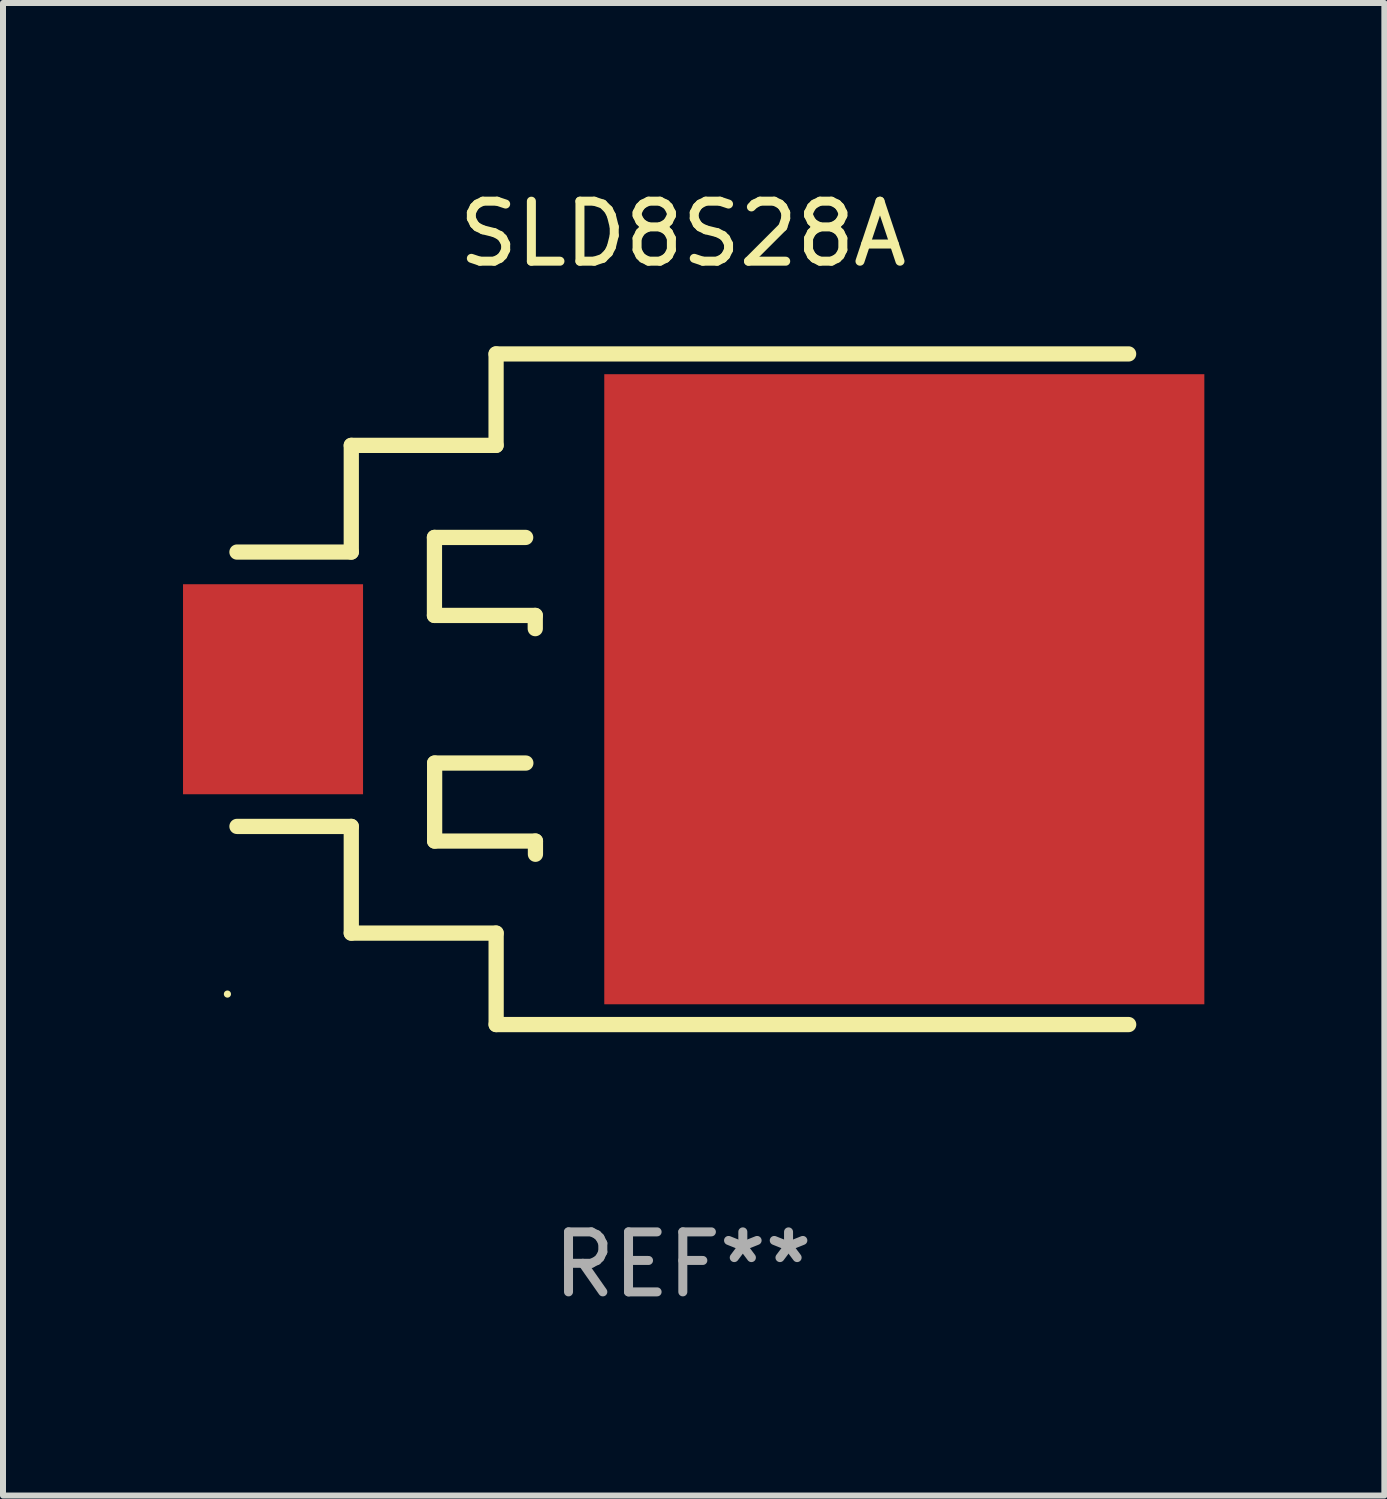
<source format=kicad_pcb>
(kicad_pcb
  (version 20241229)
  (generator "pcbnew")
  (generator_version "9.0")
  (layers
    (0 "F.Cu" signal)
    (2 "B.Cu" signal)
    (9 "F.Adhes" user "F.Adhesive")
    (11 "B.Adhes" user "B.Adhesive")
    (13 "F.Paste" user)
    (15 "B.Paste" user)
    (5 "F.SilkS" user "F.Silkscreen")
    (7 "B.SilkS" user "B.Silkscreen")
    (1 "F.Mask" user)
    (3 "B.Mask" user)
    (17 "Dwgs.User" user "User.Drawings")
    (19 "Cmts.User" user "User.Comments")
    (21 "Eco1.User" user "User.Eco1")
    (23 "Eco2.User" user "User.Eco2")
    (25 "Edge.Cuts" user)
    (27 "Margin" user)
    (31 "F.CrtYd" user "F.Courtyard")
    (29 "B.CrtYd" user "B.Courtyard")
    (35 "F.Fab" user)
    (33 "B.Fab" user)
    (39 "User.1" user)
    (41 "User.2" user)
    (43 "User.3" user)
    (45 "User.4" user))
  (footprint "SLD8S28A"
    (layer "F.Cu")
    (at 8.329 8.436)
    (property "Reference" "SLD8S28A" (at 0 -7.588 0) (layer "F.SilkS") (effects (font (size 1 1) (thickness 0.15))))
    (attr through_hole)
    (fp_line (start -5.525 -4.064) (end -5.525 -2.286) (stroke (width 0.254) (type solid)) (layer "F.SilkS"))
    (fp_line (start -5.525 -2.286) (end -7.43 -2.286) (stroke (width 0.254) (type solid)) (layer "F.SilkS"))
    (fp_line (start -5.525 2.286) (end -7.43 2.286) (stroke (width 0.254) (type solid)) (layer "F.SilkS"))
    (fp_line (start -5.525 4.064) (end -5.525 2.286) (stroke (width 0.254) (type solid)) (layer "F.SilkS"))
    (fp_line (start -4.139 -2.53) (end -4.139 -1.23) (stroke (width 0.254) (type solid)) (layer "F.SilkS"))
    (fp_line (start -4.139 -1.23) (end -2.459 -1.23) (stroke (width 0.254) (type solid)) (layer "F.SilkS"))
    (fp_line (start -4.136 1.23) (end -4.136 2.53) (stroke (width 0.254) (type solid)) (layer "F.SilkS"))
    (fp_line (start -4.136 2.53) (end -2.456 2.53) (stroke (width 0.254) (type solid)) (layer "F.SilkS"))
    (fp_line (start -3.112 -5.588) (end -3.112 -4.064) (stroke (width 0.254) (type solid)) (layer "F.SilkS"))
    (fp_line (start -3.112 -4.064) (end -5.525 -4.064) (stroke (width 0.254) (type solid)) (layer "F.SilkS"))
    (fp_line (start -3.112 4.064) (end -5.525 4.064) (stroke (width 0.254) (type solid)) (layer "F.SilkS"))
    (fp_line (start -3.111 5.588) (end -3.111 4.064) (stroke (width 0.254) (type solid)) (layer "F.SilkS"))
    (fp_line (start -2.619 -2.53) (end -4.139 -2.53) (stroke (width 0.254) (type solid)) (layer "F.SilkS"))
    (fp_line (start -2.616 1.23) (end -4.136 1.23) (stroke (width 0.254) (type solid)) (layer "F.SilkS"))
    (fp_line (start -2.459 -1.23) (end -2.459 -1.01) (stroke (width 0.254) (type solid)) (layer "F.SilkS"))
    (fp_line (start -2.456 2.53) (end -2.456 2.75) (stroke (width 0.254) (type solid)) (layer "F.SilkS"))
    (fp_line (start 7.429 -5.588) (end -3.112 -5.588) (stroke (width 0.254) (type solid)) (layer "F.SilkS"))
    (fp_line (start 7.43 5.588) (end -3.111 5.588) (stroke (width 0.254) (type solid)) (layer "F.SilkS"))
    (fp_circle (center -7.589 5.08) (end -7.559 5.08) (stroke (width 0.06) (type solid)) (fill no) (layer "F.SilkS"))
    (fp_text user "REF**" (at 0 9.588 0) (layer "F.Fab") (effects (font (size 1 1) (thickness 0.15))))
    (pad "1" smd rect (at -6.829 -0.000025) (size 3 3.5) (layers "F.Cu" "F.Mask" "F.Paste"))
    (pad "2" smd rect (at 3.691 -0.000025) (size 10 10.5) (layers "F.Cu" "F.Mask" "F.Paste")))
  (gr_rect
    (start -3 -3)
    (end 20.02 21.873)
    (stroke (width 0.1) (type default))
    (fill no)
    (layer "Edge.Cuts")))
</source>
